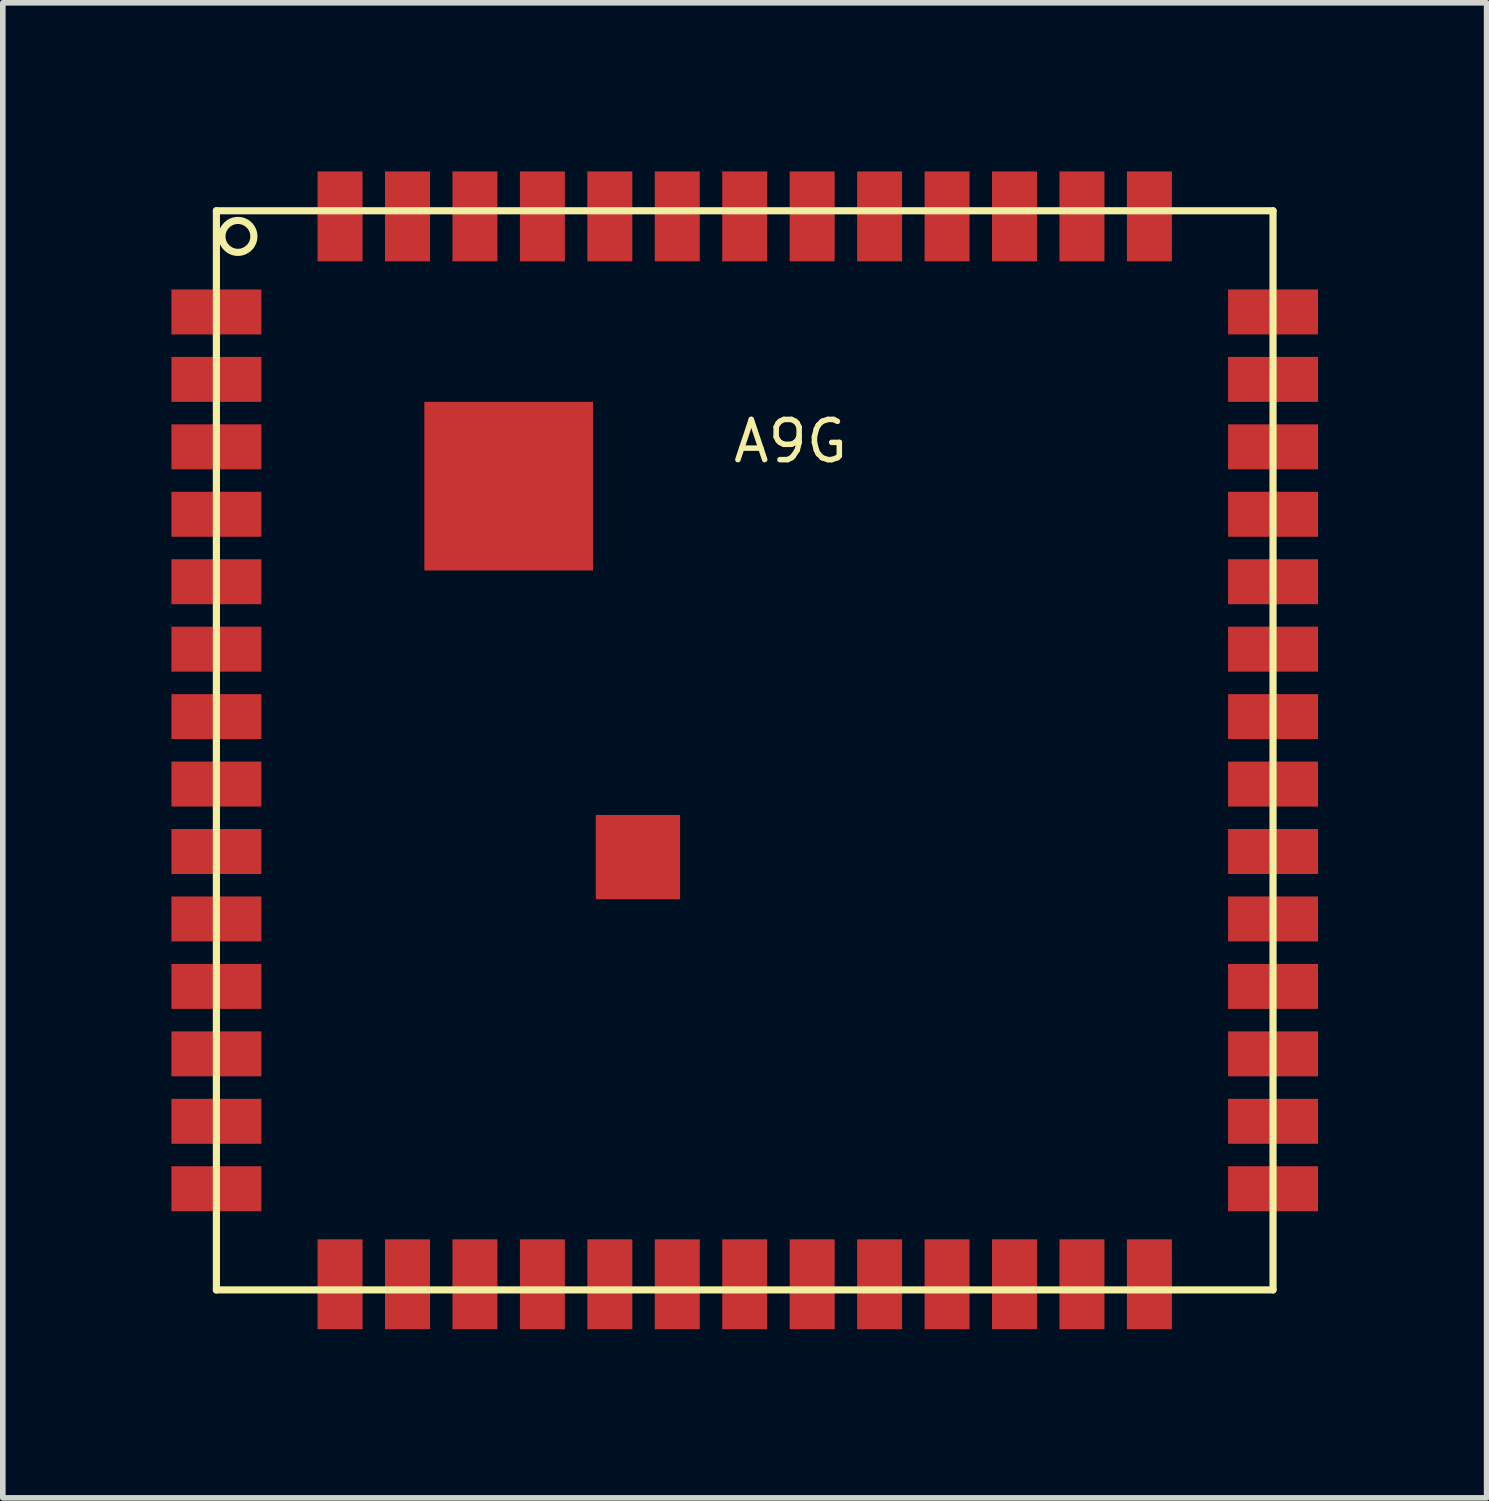
<source format=kicad_pcb>
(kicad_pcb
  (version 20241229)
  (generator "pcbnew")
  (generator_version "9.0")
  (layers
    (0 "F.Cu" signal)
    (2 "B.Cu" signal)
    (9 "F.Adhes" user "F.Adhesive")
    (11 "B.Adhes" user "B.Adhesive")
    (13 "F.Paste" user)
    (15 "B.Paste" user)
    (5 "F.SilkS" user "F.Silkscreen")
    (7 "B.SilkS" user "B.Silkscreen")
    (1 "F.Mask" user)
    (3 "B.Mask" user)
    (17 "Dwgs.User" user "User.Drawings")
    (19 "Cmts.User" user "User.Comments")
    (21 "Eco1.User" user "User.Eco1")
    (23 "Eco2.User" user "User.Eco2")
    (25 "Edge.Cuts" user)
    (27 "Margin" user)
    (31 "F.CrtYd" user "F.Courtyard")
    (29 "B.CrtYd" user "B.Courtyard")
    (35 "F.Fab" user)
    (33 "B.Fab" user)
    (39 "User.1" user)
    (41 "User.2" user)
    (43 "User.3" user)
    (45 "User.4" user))
  (footprint "A9G"
    (layer "F.Cu")
    (at 10.2 10.3)
    (property "Reference" "A9G" (at -0.254 -5.08 0) (layer "F.SilkS") (effects (font (size 0.715 0.715) (thickness 0.098)) (justify left bottom)))
    (fp_line (start -9.4 -9.6) (end 9.4 -9.6) (stroke (width 0.127) (type solid)) (layer "F.SilkS"))
    (fp_line (start -9.4 9.6) (end -9.4 -9.6) (stroke (width 0.127) (type solid)) (layer "F.SilkS"))
    (fp_line (start 9.4 -9.6) (end 9.4 9.6) (stroke (width 0.127) (type solid)) (layer "F.SilkS"))
    (fp_line (start 9.4 9.6) (end -9.4 9.6) (stroke (width 0.127) (type solid)) (layer "F.SilkS"))
    (fp_circle (center -9.017 -9.144) (end -8.733 -9.144) (stroke (width 0.127) (type solid)) (fill no) (layer "F.SilkS"))
    (pad "1" smd rect (at -9.4 -7.8) (size 1.6 0.8) (layers "F.Cu" "F.Mask" "F.Paste"))
    (pad "2" smd rect (at -9.4 -6.6) (size 1.6 0.8) (layers "F.Cu" "F.Mask" "F.Paste"))
    (pad "3" smd rect (at -9.4 -5.4) (size 1.6 0.8) (layers "F.Cu" "F.Mask" "F.Paste"))
    (pad "4" smd rect (at -9.4 -4.2) (size 1.6 0.8) (layers "F.Cu" "F.Mask" "F.Paste"))
    (pad "5" smd rect (at -9.4 -3) (size 1.6 0.8) (layers "F.Cu" "F.Mask" "F.Paste"))
    (pad "6" smd rect (at -9.4 -1.8) (size 1.6 0.8) (layers "F.Cu" "F.Mask" "F.Paste"))
    (pad "7" smd rect (at -9.4 -0.6) (size 1.6 0.8) (layers "F.Cu" "F.Mask" "F.Paste"))
    (pad "8" smd rect (at -9.4 0.6) (size 1.6 0.8) (layers "F.Cu" "F.Mask" "F.Paste"))
    (pad "9" smd rect (at -9.4 1.8) (size 1.6 0.8) (layers "F.Cu" "F.Mask" "F.Paste"))
    (pad "10" smd rect (at -9.4 3) (size 1.6 0.8) (layers "F.Cu" "F.Mask" "F.Paste"))
    (pad "11" smd rect (at -9.4 4.2) (size 1.6 0.8) (layers "F.Cu" "F.Mask" "F.Paste"))
    (pad "12" smd rect (at -9.4 5.4) (size 1.6 0.8) (layers "F.Cu" "F.Mask" "F.Paste"))
    (pad "13" smd rect (at -9.4 6.6) (size 1.6 0.8) (layers "F.Cu" "F.Mask" "F.Paste"))
    (pad "14" smd rect (at -9.4 7.8) (size 1.6 0.8) (layers "F.Cu" "F.Mask" "F.Paste"))
    (pad "15" smd rect (at -7.2 9.5 90) (size 1.6 0.8) (layers "F.Cu" "F.Mask" "F.Paste"))
    (pad "16" smd rect (at -6 9.5 90) (size 1.6 0.8) (layers "F.Cu" "F.Mask" "F.Paste"))
    (pad "17" smd rect (at -4.8 9.5 90) (size 1.6 0.8) (layers "F.Cu" "F.Mask" "F.Paste"))
    (pad "18" smd rect (at -3.6 9.5 90) (size 1.6 0.8) (layers "F.Cu" "F.Mask" "F.Paste"))
    (pad "19" smd rect (at -2.4 9.5 90) (size 1.6 0.8) (layers "F.Cu" "F.Mask" "F.Paste"))
    (pad "20" smd rect (at -1.2 9.5 90) (size 1.6 0.8) (layers "F.Cu" "F.Mask" "F.Paste"))
    (pad "21" smd rect (at 0 9.5 90) (size 1.6 0.8) (layers "F.Cu" "F.Mask" "F.Paste"))
    (pad "22" smd rect (at 1.2 9.5 90) (size 1.6 0.8) (layers "F.Cu" "F.Mask" "F.Paste"))
    (pad "23" smd rect (at 2.4 9.5 90) (size 1.6 0.8) (layers "F.Cu" "F.Mask" "F.Paste"))
    (pad "24" smd rect (at 3.6 9.5 90) (size 1.6 0.8) (layers "F.Cu" "F.Mask" "F.Paste"))
    (pad "25" smd rect (at 4.8 9.5 90) (size 1.6 0.8) (layers "F.Cu" "F.Mask" "F.Paste"))
    (pad "26" smd rect (at 6 9.5 90) (size 1.6 0.8) (layers "F.Cu" "F.Mask" "F.Paste"))
    (pad "27" smd rect (at 7.2 9.5 90) (size 1.6 0.8) (layers "F.Cu" "F.Mask" "F.Paste"))
    (pad "28" smd rect (at 9.4 7.8) (size 1.6 0.8) (layers "F.Cu" "F.Mask" "F.Paste"))
    (pad "29" smd rect (at 9.4 6.6) (size 1.6 0.8) (layers "F.Cu" "F.Mask" "F.Paste"))
    (pad "30" smd rect (at 9.4 5.4) (size 1.6 0.8) (layers "F.Cu" "F.Mask" "F.Paste"))
    (pad "31" smd rect (at 9.4 4.2) (size 1.6 0.8) (layers "F.Cu" "F.Mask" "F.Paste"))
    (pad "32" smd rect (at 9.4 3) (size 1.6 0.8) (layers "F.Cu" "F.Mask" "F.Paste"))
    (pad "33" smd rect (at 9.4 1.8) (size 1.6 0.8) (layers "F.Cu" "F.Mask" "F.Paste"))
    (pad "34" smd rect (at 9.4 0.6) (size 1.6 0.8) (layers "F.Cu" "F.Mask" "F.Paste"))
    (pad "35" smd rect (at 9.4 -0.6) (size 1.6 0.8) (layers "F.Cu" "F.Mask" "F.Paste"))
    (pad "36" smd rect (at 9.4 -1.8) (size 1.6 0.8) (layers "F.Cu" "F.Mask" "F.Paste"))
    (pad "37" smd rect (at 9.4 -3) (size 1.6 0.8) (layers "F.Cu" "F.Mask" "F.Paste"))
    (pad "38" smd rect (at 9.4 -4.2) (size 1.6 0.8) (layers "F.Cu" "F.Mask" "F.Paste"))
    (pad "39" smd rect (at 9.4 -5.4) (size 1.6 0.8) (layers "F.Cu" "F.Mask" "F.Paste"))
    (pad "40" smd rect (at 9.4 -6.6) (size 1.6 0.8) (layers "F.Cu" "F.Mask" "F.Paste"))
    (pad "41" smd rect (at 9.4 -7.8) (size 1.6 0.8) (layers "F.Cu" "F.Mask" "F.Paste"))
    (pad "42" smd rect (at 7.2 -9.5 90) (size 1.6 0.8) (layers "F.Cu" "F.Mask" "F.Paste"))
    (pad "43" smd rect (at 6 -9.5 90) (size 1.6 0.8) (layers "F.Cu" "F.Mask" "F.Paste"))
    (pad "44" smd rect (at 4.8 -9.5 90) (size 1.6 0.8) (layers "F.Cu" "F.Mask" "F.Paste"))
    (pad "45" smd rect (at 3.6 -9.5 90) (size 1.6 0.8) (layers "F.Cu" "F.Mask" "F.Paste"))
    (pad "46" smd rect (at 2.4 -9.5 90) (size 1.6 0.8) (layers "F.Cu" "F.Mask" "F.Paste"))
    (pad "47" smd rect (at 1.2 -9.5 90) (size 1.6 0.8) (layers "F.Cu" "F.Mask" "F.Paste"))
    (pad "48" smd rect (at 0 -9.5 90) (size 1.6 0.8) (layers "F.Cu" "F.Mask" "F.Paste"))
    (pad "49" smd rect (at -1.2 -9.5 90) (size 1.6 0.8) (layers "F.Cu" "F.Mask" "F.Paste"))
    (pad "50" smd rect (at -2.4 -9.5 90) (size 1.6 0.8) (layers "F.Cu" "F.Mask" "F.Paste"))
    (pad "51" smd rect (at -3.6 -9.5 90) (size 1.6 0.8) (layers "F.Cu" "F.Mask" "F.Paste"))
    (pad "52" smd rect (at -4.8 -9.5 90) (size 1.6 0.8) (layers "F.Cu" "F.Mask" "F.Paste"))
    (pad "53" smd rect (at -6 -9.5 90) (size 1.6 0.8) (layers "F.Cu" "F.Mask" "F.Paste"))
    (pad "54" smd rect (at -7.2 -9.5 90) (size 1.6 0.8) (layers "F.Cu" "F.Mask" "F.Paste"))
    (pad "55" smd rect (at -4.2 -4.7) (size 3 3) (layers "F.Cu" "F.Mask" "F.Paste"))
    (pad "56" smd rect (at -1.9 1.9) (size 1.5 1.5) (layers "F.Cu" "F.Mask" "F.Paste")))
  (gr_rect
    (start -3 -3)
    (end 23.4 23.6)
    (stroke (width 0.1) (type default))
    (fill no)
    (layer "Edge.Cuts")))
</source>
